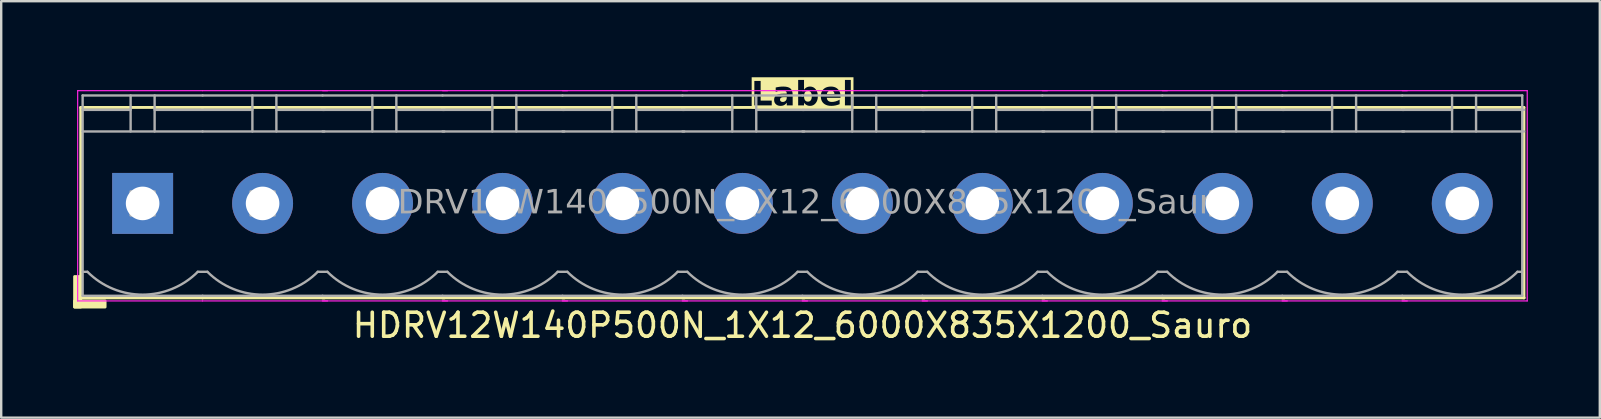
<source format=kicad_pcb>
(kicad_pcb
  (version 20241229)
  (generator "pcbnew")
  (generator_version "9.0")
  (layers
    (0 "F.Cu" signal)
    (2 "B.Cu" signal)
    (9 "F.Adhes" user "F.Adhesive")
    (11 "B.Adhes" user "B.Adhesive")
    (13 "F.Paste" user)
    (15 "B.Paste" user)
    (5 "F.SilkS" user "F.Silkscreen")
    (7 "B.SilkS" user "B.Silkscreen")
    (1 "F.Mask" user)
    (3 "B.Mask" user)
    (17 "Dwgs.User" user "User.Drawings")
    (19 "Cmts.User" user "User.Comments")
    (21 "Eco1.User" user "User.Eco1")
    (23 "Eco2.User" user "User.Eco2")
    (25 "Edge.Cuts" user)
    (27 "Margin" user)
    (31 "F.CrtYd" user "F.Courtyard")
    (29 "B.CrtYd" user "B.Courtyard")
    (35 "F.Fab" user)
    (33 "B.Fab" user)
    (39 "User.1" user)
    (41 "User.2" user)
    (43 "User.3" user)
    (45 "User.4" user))
  (footprint "HDRV12W140P500N_1X12_6000X835X1200_Sauro"
    (layer "F.Cu")
    (at 30.394 5.428)
    (property "Reference" "HDRV12W140P500N_1X12_6000X835X1200_Sauro" (at 0 5.08 0) (layer "F.SilkS") (effects (font (size 1 1) (thickness 0.15))))
    (property "Label" "Label" (at 0 -4.5 0) (layer "F.SilkS" knockout) (effects (font (face "Tahoma") (size 1 1) (thickness 0.2) (bold yes))))
    (attr through_hole)
    (fp_line (start -30.08 -4) (end -30.08 3.937) (stroke (width 0.12) (type solid)) (layer "F.SilkS"))
    (fp_line (start -30.08 3.937) (end -25 3.937) (stroke (width 0.12) (type solid)) (layer "F.SilkS"))
    (fp_line (start -25.005 -4) (end -30.08 -4) (stroke (width 0.12) (type solid)) (layer "F.SilkS"))
    (fp_line (start -25 3.937) (end -19.92 3.937) (stroke (width 0.12) (type solid)) (layer "F.SilkS"))
    (fp_line (start -20 3.937) (end -14.92 3.937) (stroke (width 0.12) (type solid)) (layer "F.SilkS"))
    (fp_line (start -19.93 -4) (end -25.005 -4) (stroke (width 0.12) (type solid)) (layer "F.SilkS"))
    (fp_line (start -15 3.937) (end -9.92 3.937) (stroke (width 0.12) (type solid)) (layer "F.SilkS"))
    (fp_line (start -14.93 -4) (end -20.005 -4) (stroke (width 0.12) (type solid)) (layer "F.SilkS"))
    (fp_line (start -10 3.937) (end -4.92 3.937) (stroke (width 0.12) (type solid)) (layer "F.SilkS"))
    (fp_line (start -9.93 -4) (end -15.005 -4) (stroke (width 0.12) (type solid)) (layer "F.SilkS"))
    (fp_line (start -5 3.937) (end 0.08 3.937) (stroke (width 0.12) (type solid)) (layer "F.SilkS"))
    (fp_line (start -4.93 -4) (end -10.005 -4) (stroke (width 0.12) (type solid)) (layer "F.SilkS"))
    (fp_line (start 0 3.937) (end 5.08 3.937) (stroke (width 0.12) (type solid)) (layer "F.SilkS"))
    (fp_line (start 0.07 -4) (end -5.005 -4) (stroke (width 0.12) (type solid)) (layer "F.SilkS"))
    (fp_line (start 5 3.937) (end 10.08 3.937) (stroke (width 0.12) (type solid)) (layer "F.SilkS"))
    (fp_line (start 5.07 -4) (end -0.005 -4) (stroke (width 0.12) (type solid)) (layer "F.SilkS"))
    (fp_line (start 10 3.937) (end 15.08 3.937) (stroke (width 0.12) (type solid)) (layer "F.SilkS"))
    (fp_line (start 10.07 -4) (end 4.995 -4) (stroke (width 0.12) (type solid)) (layer "F.SilkS"))
    (fp_line (start 15 3.937) (end 20.08 3.937) (stroke (width 0.12) (type solid)) (layer "F.SilkS"))
    (fp_line (start 15.07 -4) (end 9.995 -4) (stroke (width 0.12) (type solid)) (layer "F.SilkS"))
    (fp_line (start 20 3.937) (end 25.08 3.937) (stroke (width 0.12) (type solid)) (layer "F.SilkS"))
    (fp_line (start 20.07 -4) (end 14.995 -4) (stroke (width 0.12) (type solid)) (layer "F.SilkS"))
    (fp_line (start 25 3.937) (end 30.08 3.937) (stroke (width 0.12) (type solid)) (layer "F.SilkS"))
    (fp_line (start 25.07 -4) (end 19.995 -4) (stroke (width 0.12) (type solid)) (layer "F.SilkS"))
    (fp_line (start 30.07 -4) (end 24.995 -4) (stroke (width 0.12) (type solid)) (layer "F.SilkS"))
    (fp_line (start 30.07 -4) (end 30.07 3.937) (stroke (width 0.12) (type solid)) (layer "F.SilkS"))
    (fp_rect (start -30.08 3.048) (end -30.334 4.318) (stroke (width 0.12) (type solid)) (fill yes) (layer "F.SilkS"))
    (fp_rect (start -29.064 4.318) (end -30.334 4.064) (stroke (width 0.12) (type solid)) (fill yes) (layer "F.SilkS"))
    (fp_line (start -30.207 4.064) (end -30.207 -4.699) (stroke (width 0.05) (type solid)) (layer "F.CrtYd"))
    (fp_line (start -25.005 4.064) (end -30.207 4.064) (stroke (width 0.05) (type solid)) (layer "F.CrtYd"))
    (fp_line (start -25 -4.699) (end -30.207 -4.699) (stroke (width 0.05) (type solid)) (layer "F.CrtYd"))
    (fp_line (start -19.793 -4.699) (end -25 -4.699) (stroke (width 0.05) (type solid)) (layer "F.CrtYd"))
    (fp_line (start -19.793 4.064) (end -25.005 4.064) (stroke (width 0.05) (type solid)) (layer "F.CrtYd"))
    (fp_line (start -14.793 -4.699) (end -20 -4.699) (stroke (width 0.05) (type solid)) (layer "F.CrtYd"))
    (fp_line (start -14.793 4.064) (end -20.005 4.064) (stroke (width 0.05) (type solid)) (layer "F.CrtYd"))
    (fp_line (start -9.793 -4.699) (end -15 -4.699) (stroke (width 0.05) (type solid)) (layer "F.CrtYd"))
    (fp_line (start -9.793 4.064) (end -15.005 4.064) (stroke (width 0.05) (type solid)) (layer "F.CrtYd"))
    (fp_line (start -4.793 -4.699) (end -10 -4.699) (stroke (width 0.05) (type solid)) (layer "F.CrtYd"))
    (fp_line (start -4.793 4.064) (end -10.005 4.064) (stroke (width 0.05) (type solid)) (layer "F.CrtYd"))
    (fp_line (start 0.207 -4.699) (end -5 -4.699) (stroke (width 0.05) (type solid)) (layer "F.CrtYd"))
    (fp_line (start 0.207 4.064) (end -5.005 4.064) (stroke (width 0.05) (type solid)) (layer "F.CrtYd"))
    (fp_line (start 5.207 -4.699) (end 0 -4.699) (stroke (width 0.05) (type solid)) (layer "F.CrtYd"))
    (fp_line (start 5.207 4.064) (end -0.005 4.064) (stroke (width 0.05) (type solid)) (layer "F.CrtYd"))
    (fp_line (start 10.207 -4.699) (end 5 -4.699) (stroke (width 0.05) (type solid)) (layer "F.CrtYd"))
    (fp_line (start 10.207 4.064) (end 4.995 4.064) (stroke (width 0.05) (type solid)) (layer "F.CrtYd"))
    (fp_line (start 15.207 -4.699) (end 10 -4.699) (stroke (width 0.05) (type solid)) (layer "F.CrtYd"))
    (fp_line (start 15.207 4.064) (end 9.995 4.064) (stroke (width 0.05) (type solid)) (layer "F.CrtYd"))
    (fp_line (start 20.207 -4.699) (end 15 -4.699) (stroke (width 0.05) (type solid)) (layer "F.CrtYd"))
    (fp_line (start 20.207 4.064) (end 14.995 4.064) (stroke (width 0.05) (type solid)) (layer "F.CrtYd"))
    (fp_line (start 25.207 -4.699) (end 20 -4.699) (stroke (width 0.05) (type solid)) (layer "F.CrtYd"))
    (fp_line (start 25.207 4.064) (end 19.995 4.064) (stroke (width 0.05) (type solid)) (layer "F.CrtYd"))
    (fp_line (start 30.207 -4.699) (end 25 -4.699) (stroke (width 0.05) (type solid)) (layer "F.CrtYd"))
    (fp_line (start 30.207 -4.699) (end 30.207 4.064) (stroke (width 0.05) (type solid)) (layer "F.CrtYd"))
    (fp_line (start 30.207 4.064) (end 24.995 4.064) (stroke (width 0.05) (type solid)) (layer "F.CrtYd"))
    (fp_line (start -30 -4.5) (end -30 3.85) (stroke (width 0.1) (type solid)) (layer "F.Fab"))
    (fp_line (start -29.8 2.85) (end -30 2.85) (stroke (width 0.1) (type solid)) (layer "F.Fab"))
    (fp_line (start -28 -4.5) (end -28 -3) (stroke (width 0.1) (type default)) (layer "F.Fab"))
    (fp_line (start -28 -3.9) (end -30 -3.9) (stroke (width 0.1) (type solid)) (layer "F.Fab"))
    (fp_line (start -27 -4.5) (end -27 -3) (stroke (width 0.1) (type default)) (layer "F.Fab"))
    (fp_line (start -27 -3.9) (end -25 -3.9) (stroke (width 0.1) (type solid)) (layer "F.Fab"))
    (fp_line (start -25.2 2.85) (end -24.8 2.85) (stroke (width 0.1) (type solid)) (layer "F.Fab"))
    (fp_line (start -25 -4.5) (end -30 -4.5) (stroke (width 0.1) (type solid)) (layer "F.Fab"))
    (fp_line (start -25 -3) (end -30 -3) (stroke (width 0.1) (type solid)) (layer "F.Fab"))
    (fp_line (start -25 3.85) (end -30 3.85) (stroke (width 0.1) (type solid)) (layer "F.Fab"))
    (fp_line (start -25 3.85) (end -20 3.85) (stroke (width 0.1) (type solid)) (layer "F.Fab"))
    (fp_line (start -22.925 -4.5) (end -22.925 -3) (stroke (width 0.1) (type default)) (layer "F.Fab"))
    (fp_line (start -22.925 -3.9) (end -25 -3.9) (stroke (width 0.1) (type solid)) (layer "F.Fab"))
    (fp_line (start -21.925 -4.5) (end -21.925 -3) (stroke (width 0.1) (type default)) (layer "F.Fab"))
    (fp_line (start -21.925 -3.9) (end -19.925 -3.9) (stroke (width 0.1) (type solid)) (layer "F.Fab"))
    (fp_line (start -20.2 2.85) (end -19.8 2.85) (stroke (width 0.1) (type solid)) (layer "F.Fab"))
    (fp_line (start -20 -4.5) (end -25 -4.5) (stroke (width 0.1) (type solid)) (layer "F.Fab"))
    (fp_line (start -20 3.85) (end -15 3.85) (stroke (width 0.1) (type solid)) (layer "F.Fab"))
    (fp_line (start -19.925 -3) (end -25 -3) (stroke (width 0.1) (type solid)) (layer "F.Fab"))
    (fp_line (start -17.925 -4.5) (end -17.925 -3) (stroke (width 0.1) (type default)) (layer "F.Fab"))
    (fp_line (start -17.925 -3.9) (end -20 -3.9) (stroke (width 0.1) (type solid)) (layer "F.Fab"))
    (fp_line (start -16.925 -4.5) (end -16.925 -3) (stroke (width 0.1) (type default)) (layer "F.Fab"))
    (fp_line (start -16.925 -3.9) (end -14.925 -3.9) (stroke (width 0.1) (type solid)) (layer "F.Fab"))
    (fp_line (start -15.2 2.85) (end -14.8 2.85) (stroke (width 0.1) (type solid)) (layer "F.Fab"))
    (fp_line (start -15 -4.5) (end -20 -4.5) (stroke (width 0.1) (type solid)) (layer "F.Fab"))
    (fp_line (start -15 3.85) (end -10 3.85) (stroke (width 0.1) (type solid)) (layer "F.Fab"))
    (fp_line (start -14.925 -3) (end -20 -3) (stroke (width 0.1) (type solid)) (layer "F.Fab"))
    (fp_line (start -12.925 -4.5) (end -12.925 -3) (stroke (width 0.1) (type default)) (layer "F.Fab"))
    (fp_line (start -12.925 -3.9) (end -15 -3.9) (stroke (width 0.1) (type solid)) (layer "F.Fab"))
    (fp_line (start -11.925 -4.5) (end -11.925 -3) (stroke (width 0.1) (type default)) (layer "F.Fab"))
    (fp_line (start -11.925 -3.9) (end -9.925 -3.9) (stroke (width 0.1) (type solid)) (layer "F.Fab"))
    (fp_line (start -10.2 2.85) (end -9.8 2.85) (stroke (width 0.1) (type solid)) (layer "F.Fab"))
    (fp_line (start -10 -4.5) (end -15 -4.5) (stroke (width 0.1) (type solid)) (layer "F.Fab"))
    (fp_line (start -10 3.85) (end -5 3.85) (stroke (width 0.1) (type solid)) (layer "F.Fab"))
    (fp_line (start -9.925 -3) (end -15 -3) (stroke (width 0.1) (type solid)) (layer "F.Fab"))
    (fp_line (start -7.925 -4.5) (end -7.925 -3) (stroke (width 0.1) (type default)) (layer "F.Fab"))
    (fp_line (start -7.925 -3.9) (end -10 -3.9) (stroke (width 0.1) (type solid)) (layer "F.Fab"))
    (fp_line (start -6.925 -4.5) (end -6.925 -3) (stroke (width 0.1) (type default)) (layer "F.Fab"))
    (fp_line (start -6.925 -3.9) (end -4.925 -3.9) (stroke (width 0.1) (type solid)) (layer "F.Fab"))
    (fp_line (start -5.2 2.85) (end -4.8 2.85) (stroke (width 0.1) (type solid)) (layer "F.Fab"))
    (fp_line (start -5 -4.5) (end -10 -4.5) (stroke (width 0.1) (type solid)) (layer "F.Fab"))
    (fp_line (start -5 3.85) (end 0 3.85) (stroke (width 0.1) (type solid)) (layer "F.Fab"))
    (fp_line (start -4.925 -3) (end -10 -3) (stroke (width 0.1) (type solid)) (layer "F.Fab"))
    (fp_line (start -2.925 -4.5) (end -2.925 -3) (stroke (width 0.1) (type default)) (layer "F.Fab"))
    (fp_line (start -2.925 -3.9) (end -5 -3.9) (stroke (width 0.1) (type solid)) (layer "F.Fab"))
    (fp_line (start -1.925 -4.5) (end -1.925 -3) (stroke (width 0.1) (type default)) (layer "F.Fab"))
    (fp_line (start -1.925 -3.9) (end 0.075 -3.9) (stroke (width 0.1) (type solid)) (layer "F.Fab"))
    (fp_line (start -0.2 2.85) (end 0.2 2.85) (stroke (width 0.1) (type solid)) (layer "F.Fab"))
    (fp_line (start 0 -4.5) (end -5 -4.5) (stroke (width 0.1) (type solid)) (layer "F.Fab"))
    (fp_line (start 0 3.85) (end 5 3.85) (stroke (width 0.1) (type solid)) (layer "F.Fab"))
    (fp_line (start 0.075 -3) (end -5 -3) (stroke (width 0.1) (type solid)) (layer "F.Fab"))
    (fp_line (start 2.075 -4.5) (end 2.075 -3) (stroke (width 0.1) (type default)) (layer "F.Fab"))
    (fp_line (start 2.075 -3.9) (end 0 -3.9) (stroke (width 0.1) (type solid)) (layer "F.Fab"))
    (fp_line (start 3.075 -4.5) (end 3.075 -3) (stroke (width 0.1) (type default)) (layer "F.Fab"))
    (fp_line (start 3.075 -3.9) (end 5.075 -3.9) (stroke (width 0.1) (type solid)) (layer "F.Fab"))
    (fp_line (start 4.8 2.85) (end 5.2 2.85) (stroke (width 0.1) (type solid)) (layer "F.Fab"))
    (fp_line (start 5 -4.5) (end 0 -4.5) (stroke (width 0.1) (type solid)) (layer "F.Fab"))
    (fp_line (start 5 3.85) (end 10 3.85) (stroke (width 0.1) (type solid)) (layer "F.Fab"))
    (fp_line (start 5.075 -3) (end 0 -3) (stroke (width 0.1) (type solid)) (layer "F.Fab"))
    (fp_line (start 7.075 -4.5) (end 7.075 -3) (stroke (width 0.1) (type default)) (layer "F.Fab"))
    (fp_line (start 7.075 -3.9) (end 5 -3.9) (stroke (width 0.1) (type solid)) (layer "F.Fab"))
    (fp_line (start 8.075 -4.5) (end 8.075 -3) (stroke (width 0.1) (type default)) (layer "F.Fab"))
    (fp_line (start 8.075 -3.9) (end 10.075 -3.9) (stroke (width 0.1) (type solid)) (layer "F.Fab"))
    (fp_line (start 9.8 2.85) (end 10.2 2.85) (stroke (width 0.1) (type solid)) (layer "F.Fab"))
    (fp_line (start 10 -4.5) (end 5 -4.5) (stroke (width 0.1) (type solid)) (layer "F.Fab"))
    (fp_line (start 10 3.85) (end 15 3.85) (stroke (width 0.1) (type solid)) (layer "F.Fab"))
    (fp_line (start 10.075 -3) (end 5 -3) (stroke (width 0.1) (type solid)) (layer "F.Fab"))
    (fp_line (start 12.075 -4.5) (end 12.075 -3) (stroke (width 0.1) (type default)) (layer "F.Fab"))
    (fp_line (start 12.075 -3.9) (end 10 -3.9) (stroke (width 0.1) (type solid)) (layer "F.Fab"))
    (fp_line (start 13.075 -4.5) (end 13.075 -3) (stroke (width 0.1) (type default)) (layer "F.Fab"))
    (fp_line (start 13.075 -3.9) (end 15.075 -3.9) (stroke (width 0.1) (type solid)) (layer "F.Fab"))
    (fp_line (start 14.8 2.85) (end 15.2 2.85) (stroke (width 0.1) (type solid)) (layer "F.Fab"))
    (fp_line (start 15 -4.5) (end 10 -4.5) (stroke (width 0.1) (type solid)) (layer "F.Fab"))
    (fp_line (start 15 3.85) (end 20 3.85) (stroke (width 0.1) (type solid)) (layer "F.Fab"))
    (fp_line (start 15.075 -3) (end 10 -3) (stroke (width 0.1) (type solid)) (layer "F.Fab"))
    (fp_line (start 17.075 -4.5) (end 17.075 -3) (stroke (width 0.1) (type default)) (layer "F.Fab"))
    (fp_line (start 17.075 -3.9) (end 15 -3.9) (stroke (width 0.1) (type solid)) (layer "F.Fab"))
    (fp_line (start 18.075 -4.5) (end 18.075 -3) (stroke (width 0.1) (type default)) (layer "F.Fab"))
    (fp_line (start 18.075 -3.9) (end 20.075 -3.9) (stroke (width 0.1) (type solid)) (layer "F.Fab"))
    (fp_line (start 19.8 2.85) (end 20.2 2.85) (stroke (width 0.1) (type solid)) (layer "F.Fab"))
    (fp_line (start 20 -4.5) (end 15 -4.5) (stroke (width 0.1) (type solid)) (layer "F.Fab"))
    (fp_line (start 20 3.85) (end 25 3.85) (stroke (width 0.1) (type solid)) (layer "F.Fab"))
    (fp_line (start 20.075 -3) (end 15 -3) (stroke (width 0.1) (type solid)) (layer "F.Fab"))
    (fp_line (start 22.075 -4.5) (end 22.075 -3) (stroke (width 0.1) (type default)) (layer "F.Fab"))
    (fp_line (start 22.075 -3.9) (end 20 -3.9) (stroke (width 0.1) (type solid)) (layer "F.Fab"))
    (fp_line (start 23.075 -4.5) (end 23.075 -3) (stroke (width 0.1) (type default)) (layer "F.Fab"))
    (fp_line (start 23.075 -3.9) (end 25.075 -3.9) (stroke (width 0.1) (type solid)) (layer "F.Fab"))
    (fp_line (start 24.8 2.85) (end 25.2 2.85) (stroke (width 0.1) (type solid)) (layer "F.Fab"))
    (fp_line (start 25 -4.5) (end 20 -4.5) (stroke (width 0.1) (type solid)) (layer "F.Fab"))
    (fp_line (start 25 3.85) (end 30 3.85) (stroke (width 0.1) (type solid)) (layer "F.Fab"))
    (fp_line (start 25.075 -3) (end 20 -3) (stroke (width 0.1) (type solid)) (layer "F.Fab"))
    (fp_line (start 27.075 -4.5) (end 27.075 -3) (stroke (width 0.1) (type default)) (layer "F.Fab"))
    (fp_line (start 27.075 -3.9) (end 25 -3.9) (stroke (width 0.1) (type solid)) (layer "F.Fab"))
    (fp_line (start 28.075 -4.5) (end 28.075 -3) (stroke (width 0.1) (type default)) (layer "F.Fab"))
    (fp_line (start 28.075 -3.9) (end 30.075 -3.9) (stroke (width 0.1) (type solid)) (layer "F.Fab"))
    (fp_line (start 30 -4.5) (end 25 -4.5) (stroke (width 0.1) (type solid)) (layer "F.Fab"))
    (fp_line (start 30 -4.5) (end 30 3.85) (stroke (width 0.1) (type solid)) (layer "F.Fab"))
    (fp_line (start 30 2.85) (end 29.8 2.85) (stroke (width 0.1) (type solid)) (layer "F.Fab"))
    (fp_line (start 30.075 -3) (end 25 -3) (stroke (width 0.1) (type solid)) (layer "F.Fab"))
    (fp_rect (start -28 -0.5) (end -27 0.5) (stroke (width 0.1) (type solid)) (fill no) (layer "F.Fab"))
    (fp_rect (start -23 -0.5) (end -22 0.5) (stroke (width 0.1) (type solid)) (fill no) (layer "F.Fab"))
    (fp_rect (start -18 -0.5) (end -17 0.5) (stroke (width 0.1) (type solid)) (fill no) (layer "F.Fab"))
    (fp_rect (start -13 -0.5) (end -12 0.5) (stroke (width 0.1) (type solid)) (fill no) (layer "F.Fab"))
    (fp_rect (start -8 -0.5) (end -7 0.5) (stroke (width 0.1) (type solid)) (fill no) (layer "F.Fab"))
    (fp_rect (start -3 -0.5) (end -2 0.5) (stroke (width 0.1) (type solid)) (fill no) (layer "F.Fab"))
    (fp_rect (start 2 -0.5) (end 3 0.5) (stroke (width 0.1) (type solid)) (fill no) (layer "F.Fab"))
    (fp_rect (start 7 -0.5) (end 8 0.5) (stroke (width 0.1) (type solid)) (fill no) (layer "F.Fab"))
    (fp_rect (start 12 -0.5) (end 13 0.5) (stroke (width 0.1) (type solid)) (fill no) (layer "F.Fab"))
    (fp_rect (start 17 -0.5) (end 18 0.5) (stroke (width 0.1) (type solid)) (fill no) (layer "F.Fab"))
    (fp_rect (start 22 -0.5) (end 23 0.5) (stroke (width 0.1) (type solid)) (fill no) (layer "F.Fab"))
    (fp_rect (start 27 -0.5) (end 28 0.5) (stroke (width 0.1) (type solid)) (fill no) (layer "F.Fab"))
    (fp_arc (start -25.2 2.85) (mid -27.5 3.802691) (end -29.8 2.85) (stroke (width 0.1) (type default)) (layer "F.Fab"))
    (fp_arc (start -20.2 2.85) (mid -22.5 3.802691) (end -24.8 2.85) (stroke (width 0.1) (type default)) (layer "F.Fab"))
    (fp_arc (start -15.2 2.85) (mid -17.5 3.802691) (end -19.8 2.85) (stroke (width 0.1) (type default)) (layer "F.Fab"))
    (fp_arc (start -10.2 2.85) (mid -12.5 3.802691) (end -14.8 2.85) (stroke (width 0.1) (type default)) (layer "F.Fab"))
    (fp_arc (start -5.2 2.85) (mid -7.5 3.802691) (end -9.8 2.85) (stroke (width 0.1) (type default)) (layer "F.Fab"))
    (fp_arc (start -0.2 2.85) (mid -2.5 3.802691) (end -4.8 2.85) (stroke (width 0.1) (type default)) (layer "F.Fab"))
    (fp_arc (start 4.8 2.85) (mid 2.5 3.802691) (end 0.2 2.85) (stroke (width 0.1) (type default)) (layer "F.Fab"))
    (fp_arc (start 9.8 2.85) (mid 7.5 3.802691) (end 5.2 2.85) (stroke (width 0.1) (type default)) (layer "F.Fab"))
    (fp_arc (start 14.8 2.85) (mid 12.5 3.802691) (end 10.2 2.85) (stroke (width 0.1) (type default)) (layer "F.Fab"))
    (fp_arc (start 19.8 2.85) (mid 17.5 3.802691) (end 15.2 2.85) (stroke (width 0.1) (type default)) (layer "F.Fab"))
    (fp_arc (start 24.8 2.85) (mid 22.5 3.802691) (end 20.2 2.85) (stroke (width 0.1) (type default)) (layer "F.Fab"))
    (fp_arc (start 29.8 2.85) (mid 27.5 3.802691) (end 25.2 2.85) (stroke (width 0.1) (type default)) (layer "F.Fab"))
    (fp_text user "${REFERENCE}" (at 0 0 0) (layer "F.Fab") (effects (font (face "Tahoma") (size 1 1) (thickness 0.15))))
    (pad "1" thru_hole rect (at -27.5 0) (size 2.54 2.54) (drill 1.4) (layers "*.Cu" "*.Mask"))
    (pad "2" thru_hole circle (at -22.5 0) (size 2.54 2.54) (drill 1.4) (layers "*.Cu" "*.Mask"))
    (pad "3" thru_hole circle (at -17.5 0) (size 2.54 2.54) (drill 1.4) (layers "*.Cu" "*.Mask"))
    (pad "4" thru_hole circle (at -12.5 0) (size 2.54 2.54) (drill 1.4) (layers "*.Cu" "*.Mask"))
    (pad "5" thru_hole circle (at -7.5 0) (size 2.54 2.54) (drill 1.4) (layers "*.Cu" "*.Mask"))
    (pad "6" thru_hole circle (at -2.5 0) (size 2.54 2.54) (drill 1.4) (layers "*.Cu" "*.Mask"))
    (pad "7" thru_hole circle (at 2.5 0) (size 2.54 2.54) (drill 1.4) (layers "*.Cu" "*.Mask"))
    (pad "8" thru_hole circle (at 7.5 0) (size 2.54 2.54) (drill 1.4) (layers "*.Cu" "*.Mask"))
    (pad "9" thru_hole circle (at 12.5 0) (size 2.54 2.54) (drill 1.4) (layers "*.Cu" "*.Mask"))
    (pad "10" thru_hole circle (at 17.5 0) (size 2.54 2.54) (drill 1.4) (layers "*.Cu" "*.Mask"))
    (pad "11" thru_hole circle (at 22.5 0) (size 2.54 2.54) (drill 1.4) (layers "*.Cu" "*.Mask"))
    (pad "12" thru_hole circle (at 27.5 0) (size 2.54 2.54) (drill 1.4) (layers "*.Cu" "*.Mask")))
  (gr_rect
    (start -3 -3)
    (end 63.626 14.356)
    (stroke (width 0.1) (type default))
    (fill no)
    (layer "Edge.Cuts")))
</source>
